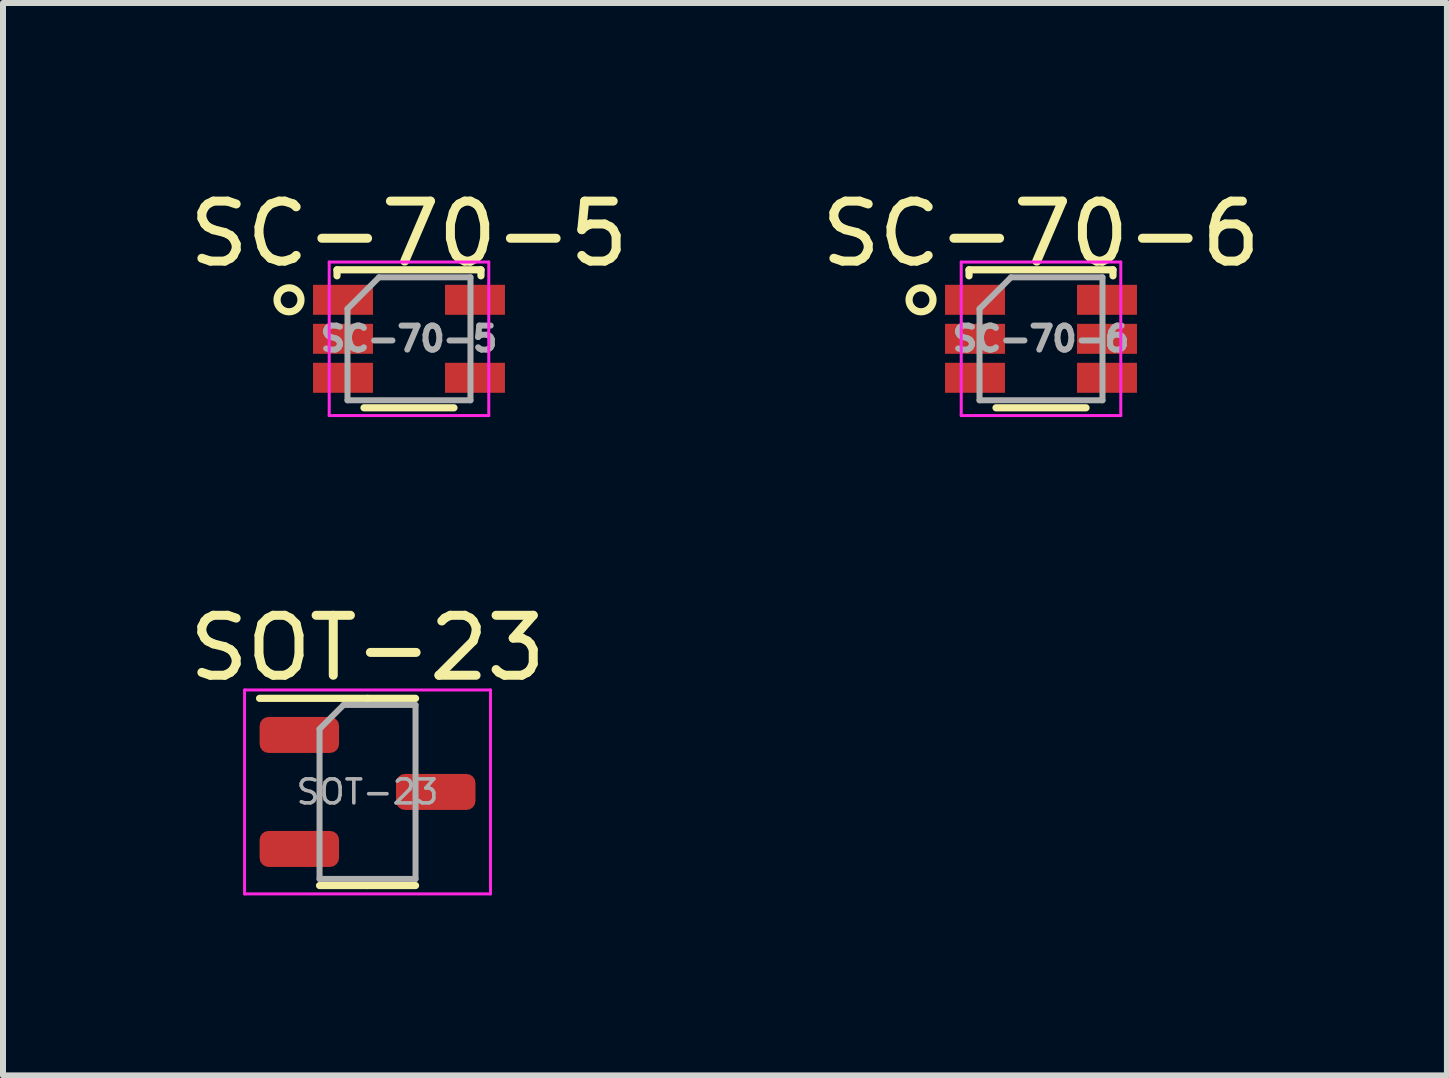
<source format=kicad_pcb>
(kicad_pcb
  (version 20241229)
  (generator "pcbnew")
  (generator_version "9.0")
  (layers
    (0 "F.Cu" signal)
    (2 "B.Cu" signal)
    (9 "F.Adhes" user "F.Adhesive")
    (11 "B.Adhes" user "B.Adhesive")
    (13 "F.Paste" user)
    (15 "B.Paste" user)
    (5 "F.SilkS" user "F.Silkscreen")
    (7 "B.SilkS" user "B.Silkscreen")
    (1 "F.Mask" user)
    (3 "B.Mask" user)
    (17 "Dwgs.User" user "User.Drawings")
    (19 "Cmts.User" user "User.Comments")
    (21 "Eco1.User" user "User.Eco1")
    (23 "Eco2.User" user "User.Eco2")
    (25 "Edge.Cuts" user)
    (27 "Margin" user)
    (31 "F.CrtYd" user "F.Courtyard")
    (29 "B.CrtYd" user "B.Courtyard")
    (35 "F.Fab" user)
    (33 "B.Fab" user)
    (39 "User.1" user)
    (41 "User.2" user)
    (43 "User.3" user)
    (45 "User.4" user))
  (footprint "SC-70-5"
    (layer "F.Cu")
    (at 3.768 2.598)
    (property "Reference" "SC-70-5" (at 0 -1.75 0) (layer "F.SilkS") (effects (font (size 1 1) (thickness 0.15))))
    (attr smd)
    (fp_line (start -1.2 -1.15) (end -1.2 -1.05) (stroke (width 0.12) (type solid)) (layer "F.SilkS"))
    (fp_line (start -1.2 -1.15) (end 1.2 -1.15) (stroke (width 0.12) (type solid)) (layer "F.SilkS"))
    (fp_line (start 0.75 1.15) (end -0.75 1.15) (stroke (width 0.12) (type solid)) (layer "F.SilkS"))
    (fp_line (start 1.2 -1.15) (end 1.2 -1.05) (stroke (width 0.12) (type solid)) (layer "F.SilkS"))
    (fp_circle (center -2 -0.65) (end -1.8 -0.65) (stroke (width 0.12) (type solid)) (fill no) (layer "F.SilkS"))
    (fp_line (start -1.33 -1.28) (end 1.33 -1.28) (stroke (width 0.05) (type solid)) (layer "F.CrtYd"))
    (fp_line (start -1.33 1.28) (end -1.33 -1.28) (stroke (width 0.05) (type solid)) (layer "F.CrtYd"))
    (fp_line (start 1.33 -1.28) (end 1.33 1.28) (stroke (width 0.05) (type solid)) (layer "F.CrtYd"))
    (fp_line (start 1.33 1.28) (end -1.33 1.28) (stroke (width 0.05) (type solid)) (layer "F.CrtYd"))
    (fp_line (start -1.025 -0.5) (end -0.5 -1.025) (stroke (width 0.1) (type solid)) (layer "F.Fab"))
    (fp_line (start -1.025 1.025) (end -1.025 -0.5) (stroke (width 0.1) (type solid)) (layer "F.Fab"))
    (fp_line (start -0.5 -1.025) (end 1.025 -1.025) (stroke (width 0.1) (type solid)) (layer "F.Fab"))
    (fp_line (start 1.025 -1.025) (end 1.025 1.025) (stroke (width 0.1) (type solid)) (layer "F.Fab"))
    (fp_line (start 1.025 1.025) (end -1.025 1.025) (stroke (width 0.1) (type solid)) (layer "F.Fab"))
    (fp_text user "${REFERENCE}" (at 0 0 0) (layer "F.Fab") (effects (font (size 0.4 0.4) (thickness 0.1))))
    (pad "1" smd rect (at -1.1 -0.65) (size 1 0.5) (layers "F.Cu" "F.Mask" "F.Paste"))
    (pad "2" smd rect (at -1.1 0) (size 1 0.5) (layers "F.Cu" "F.Mask" "F.Paste"))
    (pad "3" smd rect (at -1.1 0.65) (size 1 0.5) (layers "F.Cu" "F.Mask" "F.Paste"))
    (pad "4" smd rect (at 1.1 0.65) (size 1 0.5) (layers "F.Cu" "F.Mask" "F.Paste"))
    (pad "5" smd rect (at 1.1 -0.65) (size 1 0.5) (layers "F.Cu" "F.Mask" "F.Paste")))
  (footprint "SC-70-6"
    (layer "F.Cu")
    (at 14.304 2.598)
    (property "Reference" "SC-70-6" (at 0 -1.75 0) (layer "F.SilkS") (effects (font (size 1 1) (thickness 0.15))))
    (attr smd)
    (fp_line (start -1.2 -1.15) (end -1.2 -1.05) (stroke (width 0.12) (type solid)) (layer "F.SilkS"))
    (fp_line (start -1.2 -1.15) (end 1.2 -1.15) (stroke (width 0.12) (type solid)) (layer "F.SilkS"))
    (fp_line (start 0.75 1.15) (end -0.75 1.15) (stroke (width 0.12) (type solid)) (layer "F.SilkS"))
    (fp_line (start 1.2 -1.15) (end 1.2 -1.05) (stroke (width 0.12) (type solid)) (layer "F.SilkS"))
    (fp_circle (center -2 -0.65) (end -1.8 -0.65) (stroke (width 0.12) (type solid)) (fill no) (layer "F.SilkS"))
    (fp_line (start -1.33 -1.28) (end 1.33 -1.28) (stroke (width 0.05) (type solid)) (layer "F.CrtYd"))
    (fp_line (start -1.33 1.28) (end -1.33 -1.28) (stroke (width 0.05) (type solid)) (layer "F.CrtYd"))
    (fp_line (start 1.33 -1.28) (end 1.33 1.28) (stroke (width 0.05) (type solid)) (layer "F.CrtYd"))
    (fp_line (start 1.33 1.28) (end -1.33 1.28) (stroke (width 0.05) (type solid)) (layer "F.CrtYd"))
    (fp_line (start -1.025 -0.5) (end -0.5 -1.025) (stroke (width 0.1) (type solid)) (layer "F.Fab"))
    (fp_line (start -1.025 1.025) (end -1.025 -0.5) (stroke (width 0.1) (type solid)) (layer "F.Fab"))
    (fp_line (start -0.5 -1.025) (end 1.025 -1.025) (stroke (width 0.1) (type solid)) (layer "F.Fab"))
    (fp_line (start 1.025 -1.025) (end 1.025 1.025) (stroke (width 0.1) (type solid)) (layer "F.Fab"))
    (fp_line (start 1.025 1.025) (end -1.025 1.025) (stroke (width 0.1) (type solid)) (layer "F.Fab"))
    (fp_text user "${REFERENCE}" (at 0 0 0) (layer "F.Fab") (effects (font (size 0.4 0.4) (thickness 0.1))))
    (pad "1" smd rect (at -1.1 -0.65) (size 1 0.5) (layers "F.Cu" "F.Mask" "F.Paste"))
    (pad "2" smd rect (at -1.1 0) (size 1 0.5) (layers "F.Cu" "F.Mask" "F.Paste"))
    (pad "3" smd rect (at -1.1 0.65) (size 1 0.5) (layers "F.Cu" "F.Mask" "F.Paste"))
    (pad "4" smd rect (at 1.1 0.65) (size 1 0.5) (layers "F.Cu" "F.Mask" "F.Paste"))
    (pad "5" smd rect (at 1.1 0) (size 1 0.5) (layers "F.Cu" "F.Mask" "F.Paste"))
    (pad "6" smd rect (at 1.1 -0.65) (size 1 0.5) (layers "F.Cu" "F.Mask" "F.Paste")))
  (footprint "SOT-23"
    (layer "F.Cu")
    (at 3.077 10.152)
    (property "Reference" "SOT-23" (at 0 -2.4 0) (layer "F.SilkS") (effects (font (size 1 1) (thickness 0.15))))
    (attr smd)
    (fp_line (start 0 -1.56) (end -1.8 -1.56) (stroke (width 0.12) (type solid)) (layer "F.SilkS"))
    (fp_line (start 0 -1.56) (end 0.8 -1.56) (stroke (width 0.12) (type solid)) (layer "F.SilkS"))
    (fp_line (start 0 1.56) (end -0.8 1.56) (stroke (width 0.12) (type solid)) (layer "F.SilkS"))
    (fp_line (start 0 1.56) (end 0.8 1.56) (stroke (width 0.12) (type solid)) (layer "F.SilkS"))
    (fp_line (start -2.05 -1.7) (end -2.05 1.7) (stroke (width 0.05) (type solid)) (layer "F.CrtYd"))
    (fp_line (start -2.05 1.7) (end 2.05 1.7) (stroke (width 0.05) (type solid)) (layer "F.CrtYd"))
    (fp_line (start 2.05 -1.7) (end -2.05 -1.7) (stroke (width 0.05) (type solid)) (layer "F.CrtYd"))
    (fp_line (start 2.05 1.7) (end 2.05 -1.7) (stroke (width 0.05) (type solid)) (layer "F.CrtYd"))
    (fp_line (start -0.8 -1.05) (end -0.4 -1.45) (stroke (width 0.1) (type solid)) (layer "F.Fab"))
    (fp_line (start -0.8 1.45) (end -0.8 -1.05) (stroke (width 0.1) (type solid)) (layer "F.Fab"))
    (fp_line (start -0.4 -1.45) (end 0.8 -1.45) (stroke (width 0.1) (type solid)) (layer "F.Fab"))
    (fp_line (start 0.8 -1.45) (end 0.8 1.45) (stroke (width 0.1) (type solid)) (layer "F.Fab"))
    (fp_line (start 0.8 1.45) (end -0.8 1.45) (stroke (width 0.1) (type solid)) (layer "F.Fab"))
    (fp_text user "${REFERENCE}" (at 0 0 0) (layer "F.Fab") (effects (font (size 0.4 0.4) (thickness 0.06))))
    (pad "1" smd roundrect (at -1.137 -0.95) (size 1.325 0.6) (layers "F.Cu" "F.Mask" "F.Paste") (roundrect_rratio 0.25))
    (pad "2" smd roundrect (at -1.137 0.95) (size 1.325 0.6) (layers "F.Cu" "F.Mask" "F.Paste") (roundrect_rratio 0.25))
    (pad "3" smd roundrect (at 1.137 0) (size 1.325 0.6) (layers "F.Cu" "F.Mask" "F.Paste") (roundrect_rratio 0.25)))
  (gr_rect
    (start -3 -3)
    (end 21.071 14.877)
    (stroke (width 0.1) (type default))
    (fill no)
    (layer "Edge.Cuts")))
</source>
